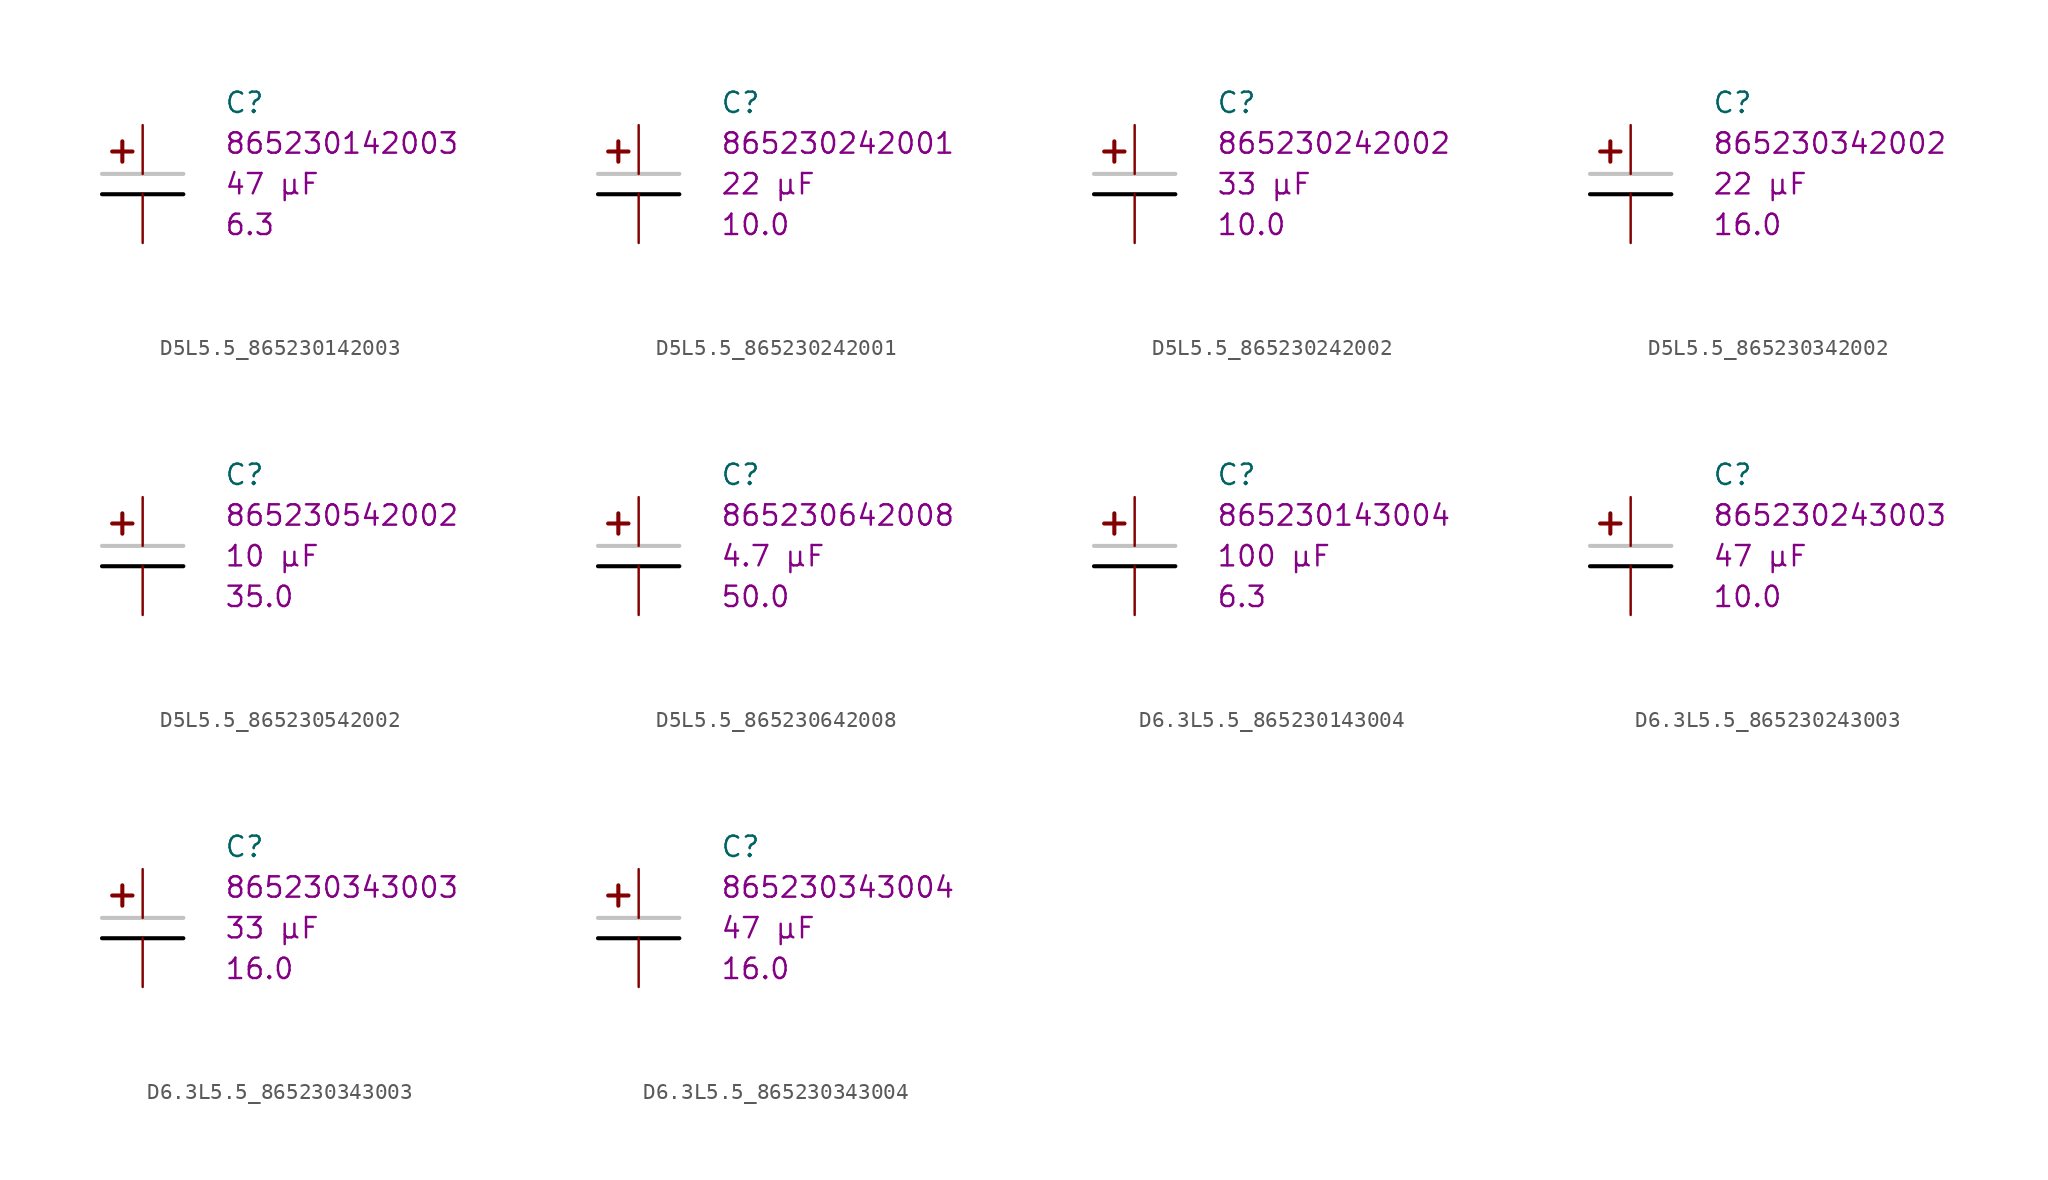
<source format=kicad_sym>
(kicad_symbol_lib
  (version 20220914)
  (generator kicad_symbol_editor)
  (symbol "D5L5.5_865230142003"
    (pin_numbers hide)
    (pin_names hide)
    (property "Reference" "C"
      (at 5.08 5.08 0)
      (effects (font (size 1.27 1.27)) (justify left)))
    (property "Part Number" "865230142003"
      (at 5.08 2.54 0)
      (effects (font (size 1.27 1.27)) (justify left)))
    (property "Capacitance" "47 µF"
      (at 5.08 0 0)
      (effects (font (size 1.27 1.27)) (justify left)))
    (property "Voltage" "6.3"
      (at 5.08 -2.54 0)
      (effects (font (size 1.27 1.27)) (justify left)))
    (property "Critical Parameter" ""
      (at 0 -7.62 0)
      (effects (font (size 1.27 1.27))))
    (symbol "D5L5.5_865230142003_1_1"
      (polyline (pts (xy -1.27 2.667) (xy -1.27 1.397)) (stroke (width 0.254) (type default)) (fill (type none)))
      (polyline (pts (xy -0.635 2.032) (xy -1.905 2.032)) (stroke (width 0.254) (type default)) (fill (type none)))
      (polyline (pts (xy 2.54 -0.635) (xy -2.54 -0.635)) (stroke (width 0.254) (type default) (color 0 0 0 1)) (fill (type none)))
      (polyline (pts (xy 2.54 0.635) (xy -2.54 0.635)) (stroke (width 0.254) (type default) (color 194 194 194 1)) (fill (type none)))
      (pin passive line (at 0 3.679 270) (length 3.044) (name "1" (effects (font (size 1.27 1.27)))) (number "1" (effects (font (size 1.27 1.27)))))
      (pin passive line (at 0 -3.679 90) (length 3.044) (name "2" (effects (font (size 1.27 1.27)))) (number "2" (effects (font (size 1.27 1.27)))))))
  (symbol "D5L5.5_865230242001"
    (pin_numbers hide)
    (pin_names hide)
    (property "Reference" "C"
      (at 5.08 5.08 0)
      (effects (font (size 1.27 1.27)) (justify left)))
    (property "Part Number" "865230242001"
      (at 5.08 2.54 0)
      (effects (font (size 1.27 1.27)) (justify left)))
    (property "Capacitance" "22 µF"
      (at 5.08 0 0)
      (effects (font (size 1.27 1.27)) (justify left)))
    (property "Voltage" "10.0"
      (at 5.08 -2.54 0)
      (effects (font (size 1.27 1.27)) (justify left)))
    (property "Critical Parameter" ""
      (at 0 -7.62 0)
      (effects (font (size 1.27 1.27))))
    (symbol "D5L5.5_865230242001_1_1"
      (polyline (pts (xy -1.27 2.667) (xy -1.27 1.397)) (stroke (width 0.254) (type default)) (fill (type none)))
      (polyline (pts (xy -0.635 2.032) (xy -1.905 2.032)) (stroke (width 0.254) (type default)) (fill (type none)))
      (polyline (pts (xy 2.54 -0.635) (xy -2.54 -0.635)) (stroke (width 0.254) (type default) (color 0 0 0 1)) (fill (type none)))
      (polyline (pts (xy 2.54 0.635) (xy -2.54 0.635)) (stroke (width 0.254) (type default) (color 194 194 194 1)) (fill (type none)))
      (pin passive line (at 0 3.679 270) (length 3.044) (name "1" (effects (font (size 1.27 1.27)))) (number "1" (effects (font (size 1.27 1.27)))))
      (pin passive line (at 0 -3.679 90) (length 3.044) (name "2" (effects (font (size 1.27 1.27)))) (number "2" (effects (font (size 1.27 1.27)))))))
  (symbol "D5L5.5_865230242002"
    (pin_numbers hide)
    (pin_names hide)
    (property "Reference" "C"
      (at 5.08 5.08 0)
      (effects (font (size 1.27 1.27)) (justify left)))
    (property "Part Number" "865230242002"
      (at 5.08 2.54 0)
      (effects (font (size 1.27 1.27)) (justify left)))
    (property "Capacitance" "33 µF"
      (at 5.08 0 0)
      (effects (font (size 1.27 1.27)) (justify left)))
    (property "Voltage" "10.0"
      (at 5.08 -2.54 0)
      (effects (font (size 1.27 1.27)) (justify left)))
    (property "Critical Parameter" ""
      (at 0 -7.62 0)
      (effects (font (size 1.27 1.27))))
    (symbol "D5L5.5_865230242002_1_1"
      (polyline (pts (xy -1.27 2.667) (xy -1.27 1.397)) (stroke (width 0.254) (type default)) (fill (type none)))
      (polyline (pts (xy -0.635 2.032) (xy -1.905 2.032)) (stroke (width 0.254) (type default)) (fill (type none)))
      (polyline (pts (xy 2.54 -0.635) (xy -2.54 -0.635)) (stroke (width 0.254) (type default) (color 0 0 0 1)) (fill (type none)))
      (polyline (pts (xy 2.54 0.635) (xy -2.54 0.635)) (stroke (width 0.254) (type default) (color 194 194 194 1)) (fill (type none)))
      (pin passive line (at 0 3.679 270) (length 3.044) (name "1" (effects (font (size 1.27 1.27)))) (number "1" (effects (font (size 1.27 1.27)))))
      (pin passive line (at 0 -3.679 90) (length 3.044) (name "2" (effects (font (size 1.27 1.27)))) (number "2" (effects (font (size 1.27 1.27)))))))
  (symbol "D5L5.5_865230342002"
    (pin_numbers hide)
    (pin_names hide)
    (property "Reference" "C"
      (at 5.08 5.08 0)
      (effects (font (size 1.27 1.27)) (justify left)))
    (property "Part Number" "865230342002"
      (at 5.08 2.54 0)
      (effects (font (size 1.27 1.27)) (justify left)))
    (property "Capacitance" "22 µF"
      (at 5.08 0 0)
      (effects (font (size 1.27 1.27)) (justify left)))
    (property "Voltage" "16.0"
      (at 5.08 -2.54 0)
      (effects (font (size 1.27 1.27)) (justify left)))
    (property "Critical Parameter" ""
      (at 0 -7.62 0)
      (effects (font (size 1.27 1.27))))
    (symbol "D5L5.5_865230342002_1_1"
      (polyline (pts (xy -1.27 2.667) (xy -1.27 1.397)) (stroke (width 0.254) (type default)) (fill (type none)))
      (polyline (pts (xy -0.635 2.032) (xy -1.905 2.032)) (stroke (width 0.254) (type default)) (fill (type none)))
      (polyline (pts (xy 2.54 -0.635) (xy -2.54 -0.635)) (stroke (width 0.254) (type default) (color 0 0 0 1)) (fill (type none)))
      (polyline (pts (xy 2.54 0.635) (xy -2.54 0.635)) (stroke (width 0.254) (type default) (color 194 194 194 1)) (fill (type none)))
      (pin passive line (at 0 3.679 270) (length 3.044) (name "1" (effects (font (size 1.27 1.27)))) (number "1" (effects (font (size 1.27 1.27)))))
      (pin passive line (at 0 -3.679 90) (length 3.044) (name "2" (effects (font (size 1.27 1.27)))) (number "2" (effects (font (size 1.27 1.27)))))))
  (symbol "D5L5.5_865230542002"
    (pin_numbers hide)
    (pin_names hide)
    (property "Reference" "C"
      (at 5.08 5.08 0)
      (effects (font (size 1.27 1.27)) (justify left)))
    (property "Part Number" "865230542002"
      (at 5.08 2.54 0)
      (effects (font (size 1.27 1.27)) (justify left)))
    (property "Capacitance" "10 µF"
      (at 5.08 0 0)
      (effects (font (size 1.27 1.27)) (justify left)))
    (property "Voltage" "35.0"
      (at 5.08 -2.54 0)
      (effects (font (size 1.27 1.27)) (justify left)))
    (property "Critical Parameter" ""
      (at 0 -7.62 0)
      (effects (font (size 1.27 1.27))))
    (symbol "D5L5.5_865230542002_1_1"
      (polyline (pts (xy -1.27 2.667) (xy -1.27 1.397)) (stroke (width 0.254) (type default)) (fill (type none)))
      (polyline (pts (xy -0.635 2.032) (xy -1.905 2.032)) (stroke (width 0.254) (type default)) (fill (type none)))
      (polyline (pts (xy 2.54 -0.635) (xy -2.54 -0.635)) (stroke (width 0.254) (type default) (color 0 0 0 1)) (fill (type none)))
      (polyline (pts (xy 2.54 0.635) (xy -2.54 0.635)) (stroke (width 0.254) (type default) (color 194 194 194 1)) (fill (type none)))
      (pin passive line (at 0 3.679 270) (length 3.044) (name "1" (effects (font (size 1.27 1.27)))) (number "1" (effects (font (size 1.27 1.27)))))
      (pin passive line (at 0 -3.679 90) (length 3.044) (name "2" (effects (font (size 1.27 1.27)))) (number "2" (effects (font (size 1.27 1.27)))))))
  (symbol "D5L5.5_865230642008"
    (pin_numbers hide)
    (pin_names hide)
    (property "Reference" "C"
      (at 5.08 5.08 0)
      (effects (font (size 1.27 1.27)) (justify left)))
    (property "Part Number" "865230642008"
      (at 5.08 2.54 0)
      (effects (font (size 1.27 1.27)) (justify left)))
    (property "Capacitance" "4.7 µF"
      (at 5.08 0 0)
      (effects (font (size 1.27 1.27)) (justify left)))
    (property "Voltage" "50.0"
      (at 5.08 -2.54 0)
      (effects (font (size 1.27 1.27)) (justify left)))
    (property "Critical Parameter" ""
      (at 0 -7.62 0)
      (effects (font (size 1.27 1.27))))
    (symbol "D5L5.5_865230642008_1_1"
      (polyline (pts (xy -1.27 2.667) (xy -1.27 1.397)) (stroke (width 0.254) (type default)) (fill (type none)))
      (polyline (pts (xy -0.635 2.032) (xy -1.905 2.032)) (stroke (width 0.254) (type default)) (fill (type none)))
      (polyline (pts (xy 2.54 -0.635) (xy -2.54 -0.635)) (stroke (width 0.254) (type default) (color 0 0 0 1)) (fill (type none)))
      (polyline (pts (xy 2.54 0.635) (xy -2.54 0.635)) (stroke (width 0.254) (type default) (color 194 194 194 1)) (fill (type none)))
      (pin passive line (at 0 3.679 270) (length 3.044) (name "1" (effects (font (size 1.27 1.27)))) (number "1" (effects (font (size 1.27 1.27)))))
      (pin passive line (at 0 -3.679 90) (length 3.044) (name "2" (effects (font (size 1.27 1.27)))) (number "2" (effects (font (size 1.27 1.27)))))))
  (symbol "D6.3L5.5_865230143004"
    (pin_numbers hide)
    (pin_names hide)
    (property "Reference" "C"
      (at 5.08 5.08 0)
      (effects (font (size 1.27 1.27)) (justify left)))
    (property "Part Number" "865230143004"
      (at 5.08 2.54 0)
      (effects (font (size 1.27 1.27)) (justify left)))
    (property "Capacitance" "100 µF"
      (at 5.08 0 0)
      (effects (font (size 1.27 1.27)) (justify left)))
    (property "Voltage" "6.3"
      (at 5.08 -2.54 0)
      (effects (font (size 1.27 1.27)) (justify left)))
    (property "Critical Parameter" ""
      (at 0 -7.62 0)
      (effects (font (size 1.27 1.27))))
    (symbol "D6.3L5.5_865230143004_1_1"
      (polyline (pts (xy -1.27 2.667) (xy -1.27 1.397)) (stroke (width 0.254) (type default)) (fill (type none)))
      (polyline (pts (xy -0.635 2.032) (xy -1.905 2.032)) (stroke (width 0.254) (type default)) (fill (type none)))
      (polyline (pts (xy 2.54 -0.635) (xy -2.54 -0.635)) (stroke (width 0.254) (type default) (color 0 0 0 1)) (fill (type none)))
      (polyline (pts (xy 2.54 0.635) (xy -2.54 0.635)) (stroke (width 0.254) (type default) (color 194 194 194 1)) (fill (type none)))
      (pin passive line (at 0 3.679 270) (length 3.044) (name "1" (effects (font (size 1.27 1.27)))) (number "1" (effects (font (size 1.27 1.27)))))
      (pin passive line (at 0 -3.679 90) (length 3.044) (name "2" (effects (font (size 1.27 1.27)))) (number "2" (effects (font (size 1.27 1.27)))))))
  (symbol "D6.3L5.5_865230243003"
    (pin_numbers hide)
    (pin_names hide)
    (property "Reference" "C"
      (at 5.08 5.08 0)
      (effects (font (size 1.27 1.27)) (justify left)))
    (property "Part Number" "865230243003"
      (at 5.08 2.54 0)
      (effects (font (size 1.27 1.27)) (justify left)))
    (property "Capacitance" "47 µF"
      (at 5.08 0 0)
      (effects (font (size 1.27 1.27)) (justify left)))
    (property "Voltage" "10.0"
      (at 5.08 -2.54 0)
      (effects (font (size 1.27 1.27)) (justify left)))
    (property "Critical Parameter" ""
      (at 0 -7.62 0)
      (effects (font (size 1.27 1.27))))
    (symbol "D6.3L5.5_865230243003_1_1"
      (polyline (pts (xy -1.27 2.667) (xy -1.27 1.397)) (stroke (width 0.254) (type default)) (fill (type none)))
      (polyline (pts (xy -0.635 2.032) (xy -1.905 2.032)) (stroke (width 0.254) (type default)) (fill (type none)))
      (polyline (pts (xy 2.54 -0.635) (xy -2.54 -0.635)) (stroke (width 0.254) (type default) (color 0 0 0 1)) (fill (type none)))
      (polyline (pts (xy 2.54 0.635) (xy -2.54 0.635)) (stroke (width 0.254) (type default) (color 194 194 194 1)) (fill (type none)))
      (pin passive line (at 0 3.679 270) (length 3.044) (name "1" (effects (font (size 1.27 1.27)))) (number "1" (effects (font (size 1.27 1.27)))))
      (pin passive line (at 0 -3.679 90) (length 3.044) (name "2" (effects (font (size 1.27 1.27)))) (number "2" (effects (font (size 1.27 1.27)))))))
  (symbol "D6.3L5.5_865230343003"
    (pin_numbers hide)
    (pin_names hide)
    (property "Reference" "C"
      (at 5.08 5.08 0)
      (effects (font (size 1.27 1.27)) (justify left)))
    (property "Part Number" "865230343003"
      (at 5.08 2.54 0)
      (effects (font (size 1.27 1.27)) (justify left)))
    (property "Capacitance" "33 µF"
      (at 5.08 0 0)
      (effects (font (size 1.27 1.27)) (justify left)))
    (property "Voltage" "16.0"
      (at 5.08 -2.54 0)
      (effects (font (size 1.27 1.27)) (justify left)))
    (property "Critical Parameter" ""
      (at 0 -7.62 0)
      (effects (font (size 1.27 1.27))))
    (symbol "D6.3L5.5_865230343003_1_1"
      (polyline (pts (xy -1.27 2.667) (xy -1.27 1.397)) (stroke (width 0.254) (type default)) (fill (type none)))
      (polyline (pts (xy -0.635 2.032) (xy -1.905 2.032)) (stroke (width 0.254) (type default)) (fill (type none)))
      (polyline (pts (xy 2.54 -0.635) (xy -2.54 -0.635)) (stroke (width 0.254) (type default) (color 0 0 0 1)) (fill (type none)))
      (polyline (pts (xy 2.54 0.635) (xy -2.54 0.635)) (stroke (width 0.254) (type default) (color 194 194 194 1)) (fill (type none)))
      (pin passive line (at 0 3.679 270) (length 3.044) (name "1" (effects (font (size 1.27 1.27)))) (number "1" (effects (font (size 1.27 1.27)))))
      (pin passive line (at 0 -3.679 90) (length 3.044) (name "2" (effects (font (size 1.27 1.27)))) (number "2" (effects (font (size 1.27 1.27)))))))
  (symbol "D6.3L5.5_865230343004"
    (pin_numbers hide)
    (pin_names hide)
    (property "Reference" "C"
      (at 5.08 5.08 0)
      (effects (font (size 1.27 1.27)) (justify left)))
    (property "Part Number" "865230343004"
      (at 5.08 2.54 0)
      (effects (font (size 1.27 1.27)) (justify left)))
    (property "Capacitance" "47 µF"
      (at 5.08 0 0)
      (effects (font (size 1.27 1.27)) (justify left)))
    (property "Voltage" "16.0"
      (at 5.08 -2.54 0)
      (effects (font (size 1.27 1.27)) (justify left)))
    (property "Critical Parameter" ""
      (at 0 -7.62 0)
      (effects (font (size 1.27 1.27))))
    (symbol "D6.3L5.5_865230343004_1_1"
      (polyline (pts (xy -1.27 2.667) (xy -1.27 1.397)) (stroke (width 0.254) (type default)) (fill (type none)))
      (polyline (pts (xy -0.635 2.032) (xy -1.905 2.032)) (stroke (width 0.254) (type default)) (fill (type none)))
      (polyline (pts (xy 2.54 -0.635) (xy -2.54 -0.635)) (stroke (width 0.254) (type default) (color 0 0 0 1)) (fill (type none)))
      (polyline (pts (xy 2.54 0.635) (xy -2.54 0.635)) (stroke (width 0.254) (type default) (color 194 194 194 1)) (fill (type none)))
      (pin passive line (at 0 3.679 270) (length 3.044) (name "1" (effects (font (size 1.27 1.27)))) (number "1" (effects (font (size 1.27 1.27)))))
      (pin passive line (at 0 -3.679 90) (length 3.044) (name "2" (effects (font (size 1.27 1.27)))) (number "2" (effects (font (size 1.27 1.27))))))))
</source>
